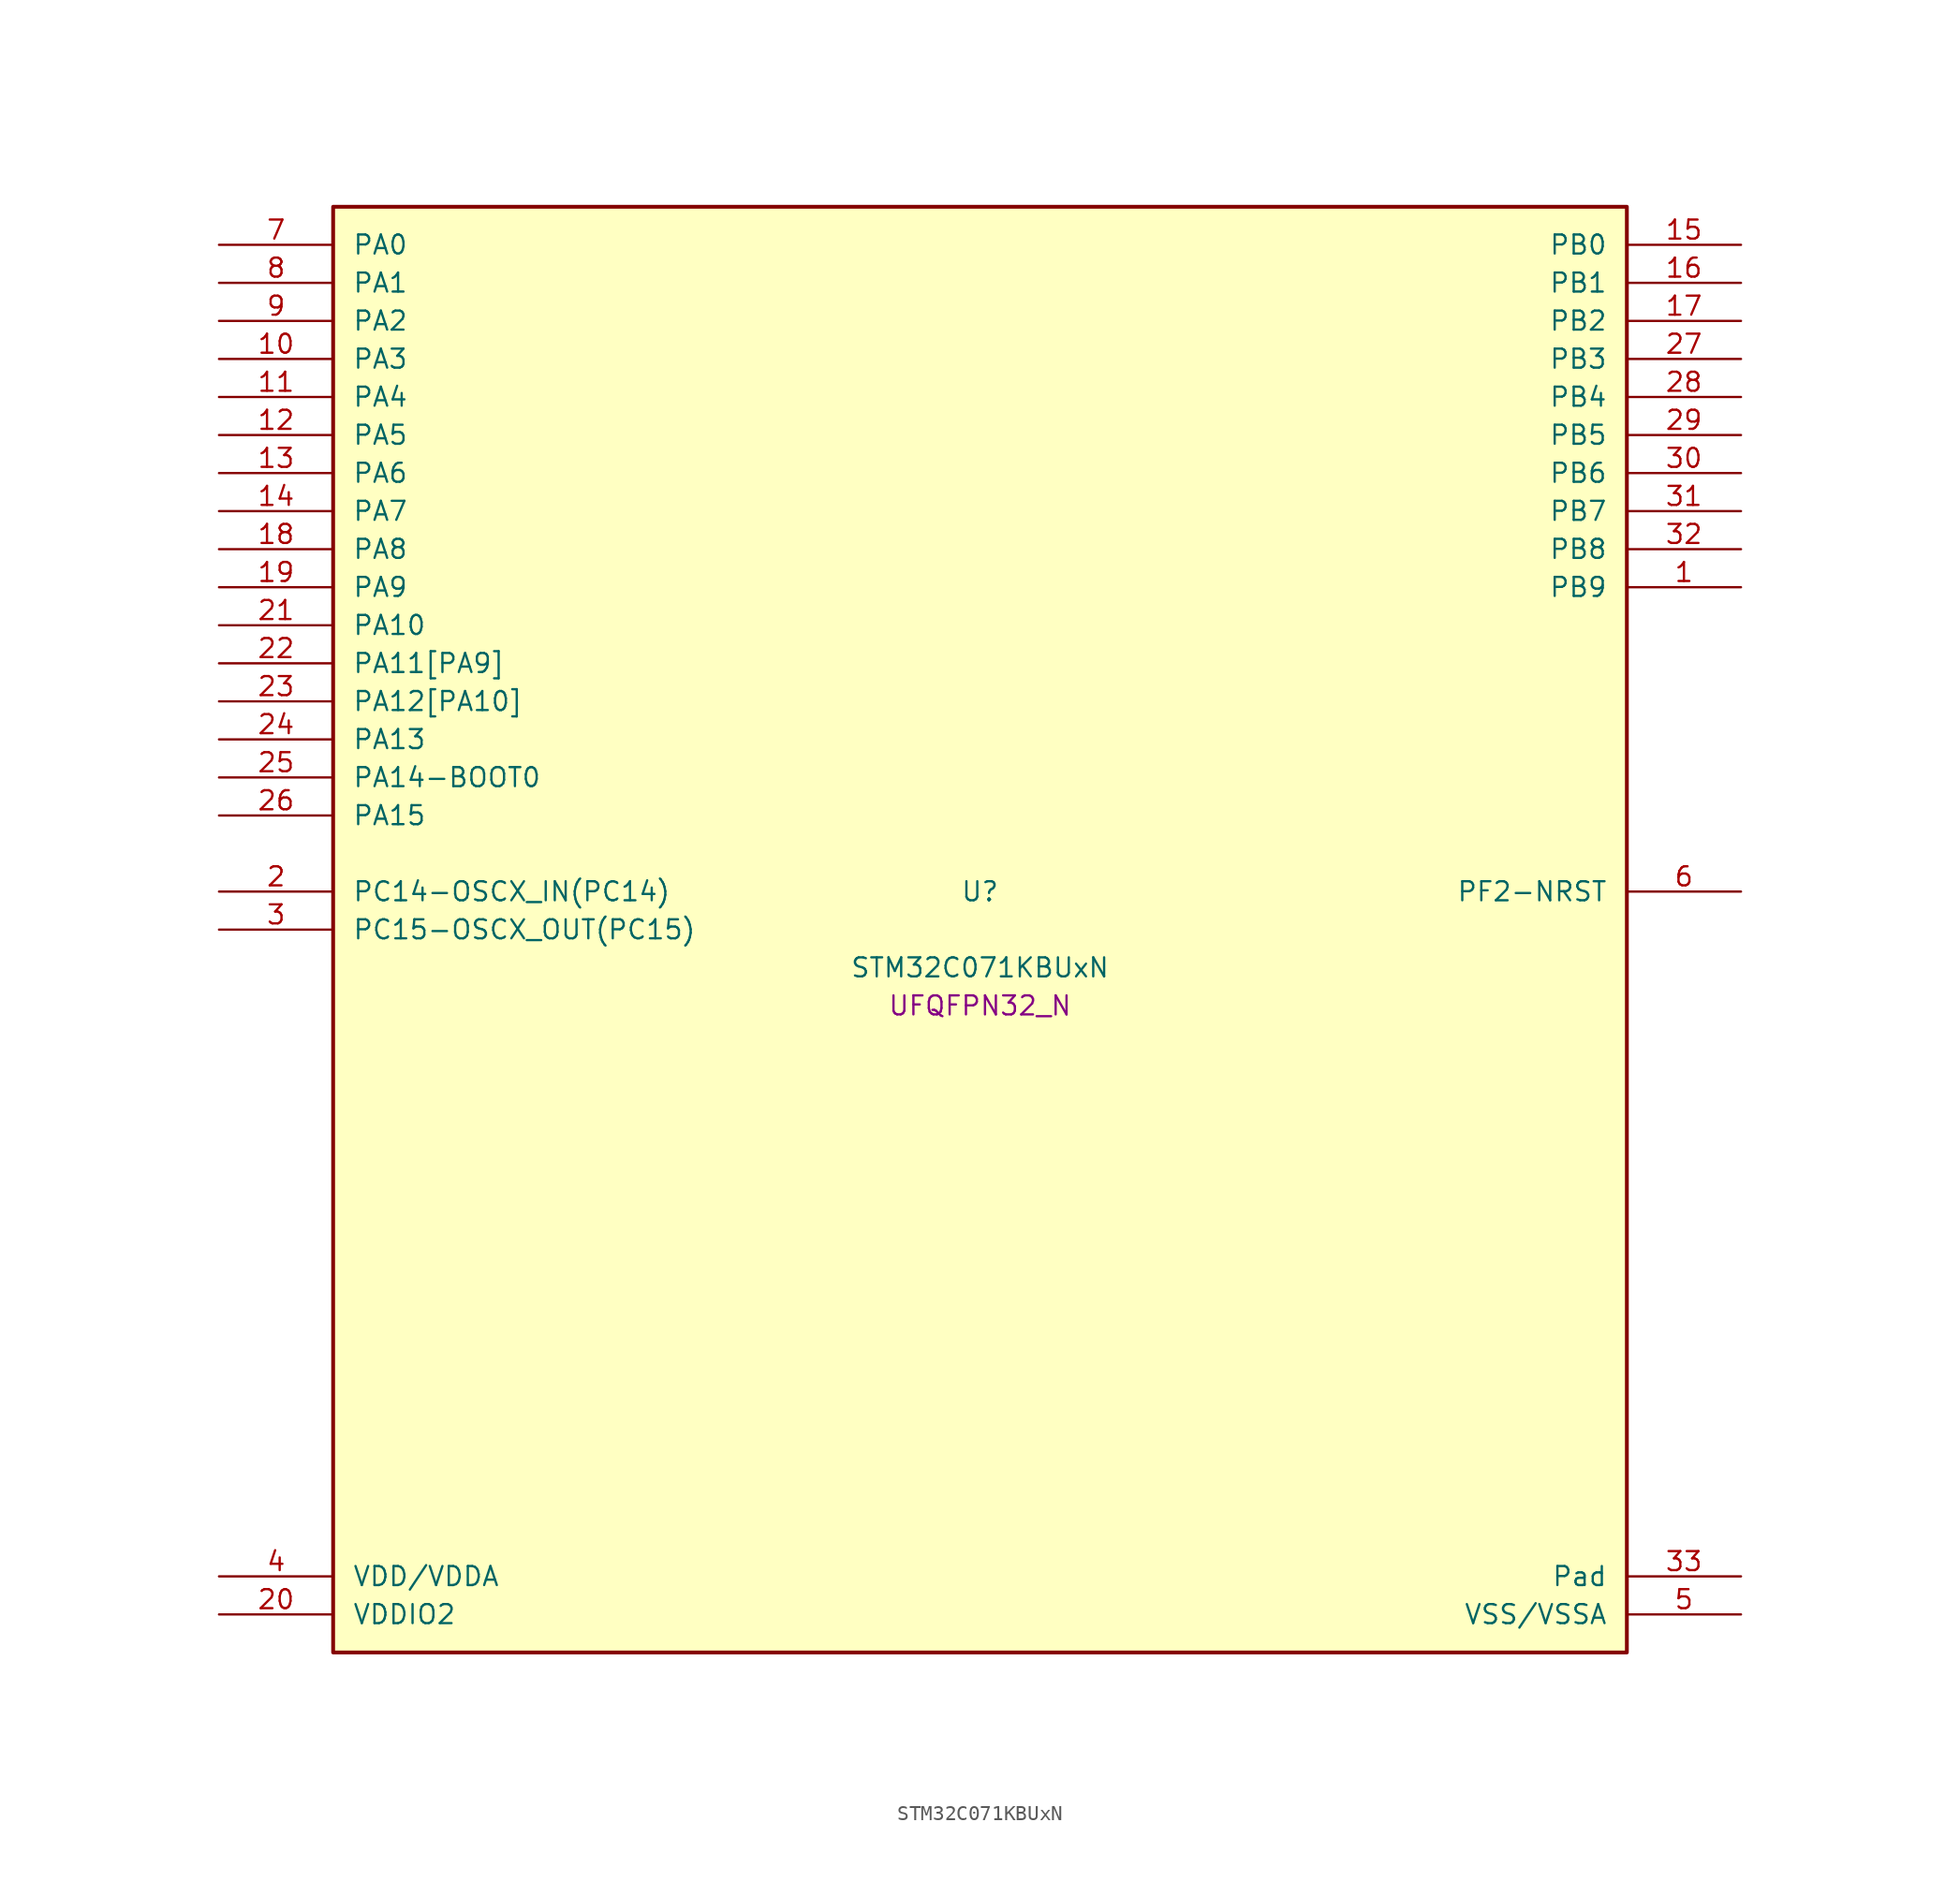
<source format=kicad_sym>
(kicad_symbol_lib
  (version 20241209)
  (generator "stm32_pkl_generator")
  (generator_version "1.0")
  (symbol "STM32C071KBUxN"
    (pin_names
      (offset 1.27))
    (property "Reference" "U"
      (at 0 2.54 0))
    (property "Value" "STM32C071KBUxN"
      (at 0 -2.54 0))
    (property "Footprint" "UFQFPN32_N"
      (at 0 -5.08 0))
    (symbol "STM32C071KBUxN_1_1"
      (rectangle (start -43.18 48.26) (end 43.18 -48.26) (stroke (width 0.254) (type solid)) (fill (type background)))
      (pin bidirectional line (at -50.8 45.72 0) (length 7.62) (name "PA0") (number "7") (alternate "PA0/ADC1_IN0" bidirectional line) (alternate "PA0/PWR_WKUP1" bidirectional line) (alternate "PA0/SPI2_SCK" bidirectional line) (alternate "PA0/TIM16_CH1" bidirectional line) (alternate "PA0/TIM1_CH1" bidirectional line) (alternate "PA0/TIM2_CH1" bidirectional line) (alternate "PA0/TIM2_ETR" bidirectional line) (alternate "PA0/USART1_TX" bidirectional line) (alternate "PA0/USART2_CTS" bidirectional line) (alternate "PA0/USART2_NSS" bidirectional line))
      (pin bidirectional line (at -50.8 43.18 0) (length 7.62) (name "PA1") (number "8") (alternate "PA1/ADC1_IN1" bidirectional line) (alternate "PA1/I2C1_SMBA" bidirectional line) (alternate "PA1/I2S1_CK" bidirectional line) (alternate "PA1/SPI1_SCK" bidirectional line) (alternate "PA1/TIM17_CH1" bidirectional line) (alternate "PA1/TIM1_CH2" bidirectional line) (alternate "PA1/TIM2_CH2" bidirectional line) (alternate "PA1/USART1_RX" bidirectional line) (alternate "PA1/USART2_CK" bidirectional line) (alternate "PA1/USART2_DE" bidirectional line) (alternate "PA1/USART2_RTS" bidirectional line))
      (pin bidirectional line (at -50.8 40.64 0) (length 7.62) (name "PA2") (number "9") (alternate "PA2/ADC1_IN2" bidirectional line) (alternate "PA2/I2S1_SD" bidirectional line) (alternate "PA2/PWR_WKUP4" bidirectional line) (alternate "PA2/RCC_LSCO" bidirectional line) (alternate "PA2/SPI1_MOSI" bidirectional line) (alternate "PA2/TIM16_CH1N" bidirectional line) (alternate "PA2/TIM1_CH3" bidirectional line) (alternate "PA2/TIM2_CH3" bidirectional line) (alternate "PA2/TIM3_ETR" bidirectional line) (alternate "PA2/USART2_TX" bidirectional line))
      (pin bidirectional line (at -50.8 38.1 0) (length 7.62) (name "PA3") (number "10") (alternate "PA3/ADC1_IN3" bidirectional line) (alternate "PA3/SPI2_MISO" bidirectional line) (alternate "PA3/TIM1_CH1N" bidirectional line) (alternate "PA3/TIM1_CH4" bidirectional line) (alternate "PA3/TIM2_CH4" bidirectional line) (alternate "PA3/USART2_RX" bidirectional line))
      (pin bidirectional line (at -50.8 35.56 0) (length 7.62) (name "PA4") (number "11") (alternate "PA4/ADC1_IN4" bidirectional line) (alternate "PA4/I2S1_WS" bidirectional line) (alternate "PA4/PWR_WKUP2" bidirectional line) (alternate "PA4/RTC_OUT1" bidirectional line) (alternate "PA4/RTC_TS" bidirectional line) (alternate "PA4/SPI1_NSS" bidirectional line) (alternate "PA4/SPI2_MOSI" bidirectional line) (alternate "PA4/TIM14_CH1" bidirectional line) (alternate "PA4/TIM17_CH1N" bidirectional line) (alternate "PA4/TIM1_CH2N" bidirectional line) (alternate "PA4/USART2_TX" bidirectional line) (alternate "PA4/USB_NOE" bidirectional line))
      (pin bidirectional line (at -50.8 33.02 0) (length 7.62) (name "PA5") (number "12") (alternate "PA5/ADC1_IN5" bidirectional line) (alternate "PA5/I2S1_CK" bidirectional line) (alternate "PA5/SPI1_SCK" bidirectional line) (alternate "PA5/TIM1_CH1" bidirectional line) (alternate "PA5/TIM1_CH3N" bidirectional line) (alternate "PA5/TIM2_CH1" bidirectional line) (alternate "PA5/TIM2_ETR" bidirectional line) (alternate "PA5/USART2_RX" bidirectional line))
      (pin bidirectional line (at -50.8 30.48 0) (length 7.62) (name "PA6") (number "13") (alternate "PA6/ADC1_IN6" bidirectional line) (alternate "PA6/I2C2_SDA" bidirectional line) (alternate "PA6/I2S1_MCK" bidirectional line) (alternate "PA6/SPI1_MISO" bidirectional line) (alternate "PA6/TIM16_CH1" bidirectional line) (alternate "PA6/TIM1_BKIN" bidirectional line) (alternate "PA6/TIM3_CH1" bidirectional line))
      (pin bidirectional line (at -50.8 27.94 0) (length 7.62) (name "PA7") (number "14") (alternate "PA7/ADC1_IN7" bidirectional line) (alternate "PA7/I2C2_SCL" bidirectional line) (alternate "PA7/I2S1_SD" bidirectional line) (alternate "PA7/SPI1_MOSI" bidirectional line) (alternate "PA7/TIM14_CH1" bidirectional line) (alternate "PA7/TIM17_CH1" bidirectional line) (alternate "PA7/TIM1_CH1N" bidirectional line) (alternate "PA7/TIM3_CH2" bidirectional line))
      (pin bidirectional line (at -50.8 25.4 0) (length 7.62) (name "PA8") (number "18") (alternate "PA8/ADC1_IN8" bidirectional line) (alternate "PA8/CRS_SYNC" bidirectional line) (alternate "PA8/I2S1_WS" bidirectional line) (alternate "PA8/RCC_MCO" bidirectional line) (alternate "PA8/RCC_MCO_2" bidirectional line) (alternate "PA8/SPI1_NSS" bidirectional line) (alternate "PA8/SPI2_MISO" bidirectional line) (alternate "PA8/SPI2_NSS" bidirectional line) (alternate "PA8/TIM14_CH1" bidirectional line) (alternate "PA8/TIM1_CH1" bidirectional line) (alternate "PA8/TIM1_CH2N" bidirectional line) (alternate "PA8/TIM1_CH3N" bidirectional line) (alternate "PA8/TIM3_CH3" bidirectional line) (alternate "PA8/TIM3_CH4" bidirectional line) (alternate "PA8/USART1_RX" bidirectional line) (alternate "PA8/USART2_TX" bidirectional line))
      (pin bidirectional line (at -50.8 22.86 0) (length 7.62) (name "PA9") (number "19") (alternate "PA9/I2C1_SCL" bidirectional line) (alternate "PA9/I2C2_SCL" bidirectional line) (alternate "PA9/RCC_MCO" bidirectional line) (alternate "PA9/SPI2_MISO" bidirectional line) (alternate "PA9/TIM1_CH2" bidirectional line) (alternate "PA9/TIM3_ETR" bidirectional line) (alternate "PA9/USART1_TX" bidirectional line) (alternate "PA9/NC" bidirectional line))
      (pin bidirectional line (at -50.8 20.32 0) (length 7.62) (name "PA10") (number "21") (alternate "PA10/I2C1_SDA" bidirectional line) (alternate "PA10/I2C2_SDA" bidirectional line) (alternate "PA10/RCC_MCO_2" bidirectional line) (alternate "PA10/SPI2_MOSI" bidirectional line) (alternate "PA10/TIM17_BKIN" bidirectional line) (alternate "PA10/TIM1_CH3" bidirectional line) (alternate "PA10/USART1_RX" bidirectional line) (alternate "PA10/NC" bidirectional line))
      (pin bidirectional line (at -50.8 17.78 0) (length 7.62) (name "PA11[PA9]") (number "22") (alternate "PA11[PA9]/ADC1_EXTI11" bidirectional line) (alternate "PA11[PA9]/I2C2_SCL" bidirectional line) (alternate "PA11[PA9]/I2S1_MCK" bidirectional line) (alternate "PA11[PA9]/SPI1_MISO" bidirectional line) (alternate "PA11[PA9]/TIM1_BKIN2" bidirectional line) (alternate "PA11[PA9]/TIM1_CH4" bidirectional line) (alternate "PA11[PA9]/USART1_CTS" bidirectional line) (alternate "PA11[PA9]/USART1_NSS" bidirectional line) (alternate "PA11[PA9]/USB_DM" bidirectional line) (alternate "PA11[PA9]/PA9[PA11]" bidirectional line) (alternate "PA11[PA9]/I2C1_SCL" bidirectional line) (alternate "PA11[PA9]/RCC_MCO" bidirectional line) (alternate "PA11[PA9]/SPI2_MISO" bidirectional line) (alternate "PA11[PA9]/TIM1_CH2" bidirectional line) (alternate "PA11[PA9]/TIM3_ETR" bidirectional line) (alternate "PA11[PA9]/USART1_TX" bidirectional line))
      (pin bidirectional line (at -50.8 15.24 0) (length 7.62) (name "PA12[PA10]") (number "23") (alternate "PA12[PA10]/I2C2_SDA" bidirectional line) (alternate "PA12[PA10]/I2S1_SD" bidirectional line) (alternate "PA12[PA10]/I2S_CKIN" bidirectional line) (alternate "PA12[PA10]/SPI1_MOSI" bidirectional line) (alternate "PA12[PA10]/TIM1_ETR" bidirectional line) (alternate "PA12[PA10]/USART1_CK" bidirectional line) (alternate "PA12[PA10]/USART1_DE" bidirectional line) (alternate "PA12[PA10]/USART1_RTS" bidirectional line) (alternate "PA12[PA10]/USB_DP" bidirectional line) (alternate "PA12[PA10]/PA10[PA12]" bidirectional line) (alternate "PA12[PA10]/I2C1_SDA" bidirectional line) (alternate "PA12[PA10]/RCC_MCO_2" bidirectional line) (alternate "PA12[PA10]/SPI2_MOSI" bidirectional line) (alternate "PA12[PA10]/TIM17_BKIN" bidirectional line) (alternate "PA12[PA10]/TIM1_CH3" bidirectional line) (alternate "PA12[PA10]/USART1_RX" bidirectional line))
      (pin bidirectional line (at -50.8 12.7 0) (length 7.62) (name "PA13") (number "24") (alternate "PA13/ADC1_IN13" bidirectional line) (alternate "PA13/DEBUG_SWDIO" bidirectional line) (alternate "PA13/IR_OUT" bidirectional line) (alternate "PA13/TIM3_ETR" bidirectional line) (alternate "PA13/USART2_RX" bidirectional line) (alternate "PA13/USB_NOE" bidirectional line))
      (pin bidirectional line (at -50.8 10.16 0) (length 7.62) (name "PA14-BOOT0") (number "25") (alternate "PA14-BOOT0/ADC1_IN14" bidirectional line) (alternate "PA14-BOOT0/DEBUG_SWCLK" bidirectional line) (alternate "PA14-BOOT0/I2S1_WS" bidirectional line) (alternate "PA14-BOOT0/RCC_MCO_2" bidirectional line) (alternate "PA14-BOOT0/SPI1_NSS" bidirectional line) (alternate "PA14-BOOT0/TIM1_CH1" bidirectional line) (alternate "PA14-BOOT0/USART1_CK" bidirectional line) (alternate "PA14-BOOT0/USART1_DE" bidirectional line) (alternate "PA14-BOOT0/USART1_RTS" bidirectional line) (alternate "PA14-BOOT0/USART2_RX" bidirectional line) (alternate "PA14-BOOT0/USART2_TX" bidirectional line))
      (pin bidirectional line (at -50.8 7.62 0) (length 7.62) (name "PA15") (number "26") (alternate "PA15/I2S1_WS" bidirectional line) (alternate "PA15/RCC_MCO_2" bidirectional line) (alternate "PA15/SPI1_NSS" bidirectional line) (alternate "PA15/TIM1_CH1" bidirectional line) (alternate "PA15/TIM2_CH1" bidirectional line) (alternate "PA15/TIM2_ETR" bidirectional line) (alternate "PA15/USART1_CK" bidirectional line) (alternate "PA15/USART1_DE" bidirectional line) (alternate "PA15/USART1_RTS" bidirectional line) (alternate "PA15/USART2_RX" bidirectional line) (alternate "PA15/USB_NOE" bidirectional line))
      (pin bidirectional line (at 50.8 45.72 180) (length 7.62) (name "PB0") (number "15") (alternate "PB0/ADC1_IN17" bidirectional line) (alternate "PB0/I2S1_WS" bidirectional line) (alternate "PB0/SPI1_NSS" bidirectional line) (alternate "PB0/TIM1_CH2N" bidirectional line) (alternate "PB0/TIM3_CH3" bidirectional line))
      (pin bidirectional line (at 50.8 43.18 180) (length 7.62) (name "PB1") (number "16") (alternate "PB1/ADC1_IN18" bidirectional line) (alternate "PB1/TIM14_CH1" bidirectional line) (alternate "PB1/TIM1_CH2N" bidirectional line) (alternate "PB1/TIM1_CH3N" bidirectional line) (alternate "PB1/TIM3_CH4" bidirectional line))
      (pin bidirectional line (at 50.8 40.64 180) (length 7.62) (name "PB2") (number "17") (alternate "PB2/ADC1_IN19" bidirectional line) (alternate "PB2/RCC_MCO_2" bidirectional line) (alternate "PB2/SPI2_MISO" bidirectional line) (alternate "PB2/USART1_RX" bidirectional line))
      (pin bidirectional line (at 50.8 38.1 180) (length 7.62) (name "PB3") (number "27") (alternate "PB3/I2C2_SCL" bidirectional line) (alternate "PB3/I2S1_CK" bidirectional line) (alternate "PB3/SPI1_SCK" bidirectional line) (alternate "PB3/TIM1_CH2" bidirectional line) (alternate "PB3/TIM2_CH2" bidirectional line) (alternate "PB3/TIM3_CH2" bidirectional line) (alternate "PB3/USART1_CK" bidirectional line) (alternate "PB3/USART1_DE" bidirectional line) (alternate "PB3/USART1_RTS" bidirectional line))
      (pin bidirectional line (at 50.8 35.56 180) (length 7.62) (name "PB4") (number "28") (alternate "PB4/I2C2_SDA" bidirectional line) (alternate "PB4/I2S1_MCK" bidirectional line) (alternate "PB4/SPI1_MISO" bidirectional line) (alternate "PB4/TIM17_BKIN" bidirectional line) (alternate "PB4/TIM3_CH1" bidirectional line) (alternate "PB4/USART1_CTS" bidirectional line) (alternate "PB4/USART1_NSS" bidirectional line))
      (pin bidirectional line (at 50.8 33.02 180) (length 7.62) (name "PB5") (number "29") (alternate "PB5/I2C1_SMBA" bidirectional line) (alternate "PB5/I2S1_SD" bidirectional line) (alternate "PB5/PWR_WKUP6" bidirectional line) (alternate "PB5/SPI1_MOSI" bidirectional line) (alternate "PB5/TIM16_BKIN" bidirectional line) (alternate "PB5/TIM3_CH2" bidirectional line) (alternate "PB5/TIM3_CH3" bidirectional line))
      (pin bidirectional line (at 50.8 30.48 180) (length 7.62) (name "PB6") (number "30") (alternate "PB6/I2C1_SCL" bidirectional line) (alternate "PB6/I2C1_SMBA" bidirectional line) (alternate "PB6/I2S1_CK" bidirectional line) (alternate "PB6/I2S1_MCK" bidirectional line) (alternate "PB6/I2S1_SD" bidirectional line) (alternate "PB6/PWR_WKUP3" bidirectional line) (alternate "PB6/SPI1_MISO" bidirectional line) (alternate "PB6/SPI1_MOSI" bidirectional line) (alternate "PB6/SPI1_SCK" bidirectional line) (alternate "PB6/SPI2_MISO" bidirectional line) (alternate "PB6/TIM16_BKIN" bidirectional line) (alternate "PB6/TIM16_CH1N" bidirectional line) (alternate "PB6/TIM17_BKIN" bidirectional line) (alternate "PB6/TIM1_CH2" bidirectional line) (alternate "PB6/TIM1_CH3" bidirectional line) (alternate "PB6/TIM3_CH1" bidirectional line) (alternate "PB6/TIM3_CH2" bidirectional line) (alternate "PB6/TIM3_CH3" bidirectional line) (alternate "PB6/USART1_CTS" bidirectional line) (alternate "PB6/USART1_NSS" bidirectional line) (alternate "PB6/USART1_TX" bidirectional line))
      (pin bidirectional line (at 50.8 27.94 180) (length 7.62) (name "PB7") (number "31") (alternate "PB7/I2C1_SCL" bidirectional line) (alternate "PB7/I2C1_SDA" bidirectional line) (alternate "PB7/RTC_REFIN" bidirectional line) (alternate "PB7/SPI2_MOSI" bidirectional line) (alternate "PB7/TIM16_CH1" bidirectional line) (alternate "PB7/TIM17_CH1N" bidirectional line) (alternate "PB7/TIM1_CH4" bidirectional line) (alternate "PB7/TIM3_CH1" bidirectional line) (alternate "PB7/TIM3_CH4" bidirectional line) (alternate "PB7/USART1_RX" bidirectional line) (alternate "PB7/USART2_CTS" bidirectional line) (alternate "PB7/USART2_NSS" bidirectional line))
      (pin bidirectional line (at 50.8 25.4 180) (length 7.62) (name "PB8") (number "32") (alternate "PB8/I2C1_SCL" bidirectional line) (alternate "PB8/SPI2_SCK" bidirectional line) (alternate "PB8/TIM16_CH1" bidirectional line) (alternate "PB8/TIM3_CH1" bidirectional line) (alternate "PB8/USART2_CTS" bidirectional line) (alternate "PB8/USART2_NSS" bidirectional line))
      (pin bidirectional line (at 50.8 22.86 180) (length 7.62) (name "PB9") (number "1") (alternate "PB9/I2C1_SDA" bidirectional line) (alternate "PB9/IR_OUT" bidirectional line) (alternate "PB9/SPI2_NSS" bidirectional line) (alternate "PB9/TIM17_CH1" bidirectional line) (alternate "PB9/TIM3_CH2" bidirectional line) (alternate "PB9/USART2_CK" bidirectional line) (alternate "PB9/USART2_DE" bidirectional line) (alternate "PB9/USART2_RTS" bidirectional line))
      (pin bidirectional line (at -50.8 2.54 0) (length 7.62) (name "PC14-OSCX_IN(PC14)") (number "2") (alternate "PC14-OSCX_IN(PC14)/I2C1_SDA" bidirectional line) (alternate "PC14-OSCX_IN(PC14)/IR_OUT" bidirectional line) (alternate "PC14-OSCX_IN(PC14)/RCC_OSCX_IN" bidirectional line) (alternate "PC14-OSCX_IN(PC14)/SPI2_NSS" bidirectional line) (alternate "PC14-OSCX_IN(PC14)/TIM17_CH1" bidirectional line) (alternate "PC14-OSCX_IN(PC14)/TIM1_BKIN2" bidirectional line) (alternate "PC14-OSCX_IN(PC14)/TIM1_ETR" bidirectional line) (alternate "PC14-OSCX_IN(PC14)/TIM3_CH2" bidirectional line) (alternate "PC14-OSCX_IN(PC14)/USART1_TX" bidirectional line) (alternate "PC14-OSCX_IN(PC14)/USART2_CK" bidirectional line) (alternate "PC14-OSCX_IN(PC14)/USART2_DE" bidirectional line) (alternate "PC14-OSCX_IN(PC14)/USART2_RTS" bidirectional line))
      (pin bidirectional line (at -50.8 0 0) (length 7.62) (name "PC15-OSCX_OUT(PC15)") (number "3") (alternate "PC15-OSCX_OUT(PC15)/RCC_OSC32_EN" bidirectional line) (alternate "PC15-OSCX_OUT(PC15)/RCC_OSCX_OUT" bidirectional line) (alternate "PC15-OSCX_OUT(PC15)/RCC_OSC_EN" bidirectional line) (alternate "PC15-OSCX_OUT(PC15)/TIM1_ETR" bidirectional line) (alternate "PC15-OSCX_OUT(PC15)/TIM3_CH3" bidirectional line))
      (pin bidirectional line (at 50.8 2.54 180) (length 7.62) (name "PF2-NRST") (number "6") (alternate "PF2-NRST/RCC_MCO" bidirectional line) (alternate "PF2-NRST/TIM1_CH4" bidirectional line))
      (pin power_in line (at -50.8 -43.18 0) (length 7.62) (name "VDD/VDDA") (number "4"))
      (pin power_in line (at -50.8 -45.72 0) (length 7.62) (name "VDDIO2") (number "20"))
      (pin passive line (at 50.8 -43.18 180) (length 7.62) (name "Pad") (number "33"))
      (pin power_in line (at 50.8 -45.72 180) (length 7.62) (name "VSS/VSSA") (number "5")))))
</source>
